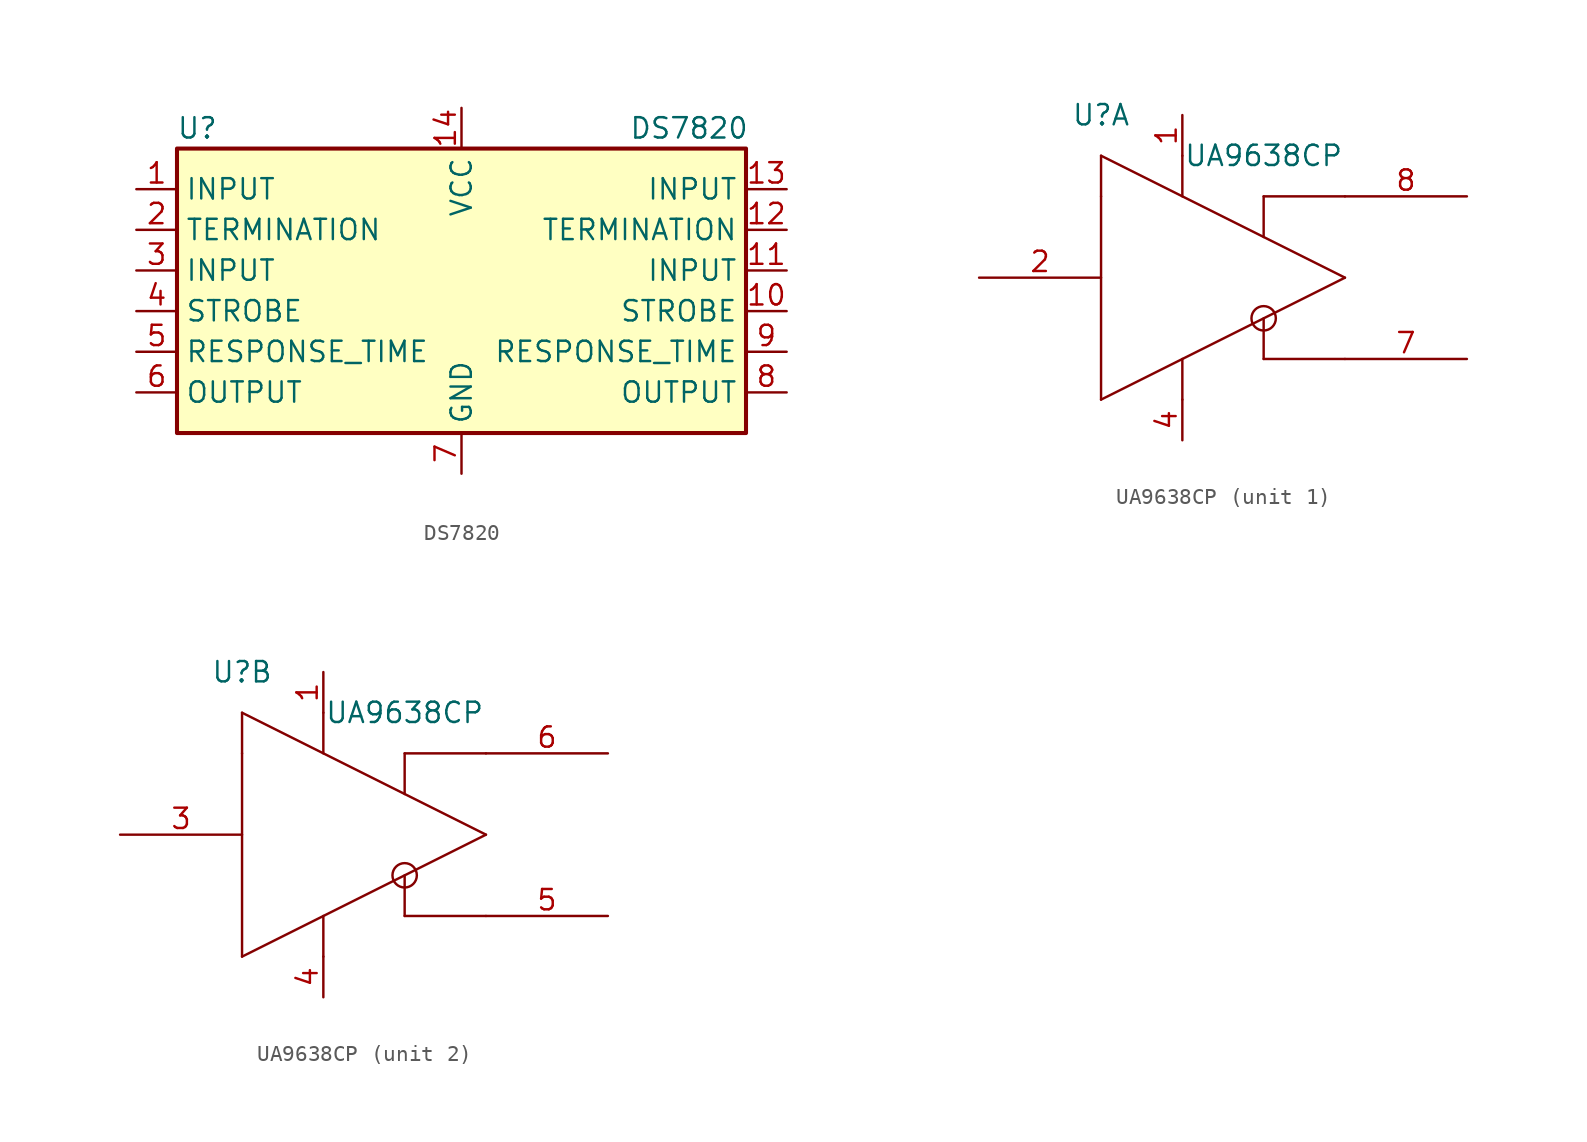
<source format=kicad_sym>
(kicad_symbol_lib
  (version 20231120)
  (generator "kicad_symbol_editor")
  (generator_version "8.0")
  (symbol "DS7820"
    (property "Reference" "U"
      (at -16.51 8.89 0)
      (effects (font (size 1.27 1.27))))
    (property "Value" "DS7820"
      (at 14.224 8.89 0)
      (effects (font (size 1.27 1.27))))
    (symbol "DS7820_0_1"
      (rectangle (start -17.78 7.62) (end 17.78 -10.16) (stroke (width 0.254) (type default)) (fill (type background))))
    (symbol "DS7820_1_1"
      (pin input line (at -20.32 5.08 0) (length 2.54) (name "INPUT" (effects (font (size 1.27 1.27)))) (number "1" (effects (font (size 1.27 1.27)))))
      (pin input line (at 20.32 -2.54 180) (length 2.54) (name "STROBE" (effects (font (size 1.27 1.27)))) (number "10" (effects (font (size 1.27 1.27)))))
      (pin input line (at 20.32 0 180) (length 2.54) (name "INPUT" (effects (font (size 1.27 1.27)))) (number "11" (effects (font (size 1.27 1.27)))))
      (pin input line (at 20.32 2.54 180) (length 2.54) (name "TERMINATION" (effects (font (size 1.27 1.27)))) (number "12" (effects (font (size 1.27 1.27)))))
      (pin input line (at 20.32 5.08 180) (length 2.54) (name "INPUT" (effects (font (size 1.27 1.27)))) (number "13" (effects (font (size 1.27 1.27)))))
      (pin power_in line (at 0 10.16 270) (length 2.54) (name "VCC" (effects (font (size 1.27 1.27)))) (number "14" (effects (font (size 1.27 1.27)))))
      (pin input line (at -20.32 2.54 0) (length 2.54) (name "TERMINATION" (effects (font (size 1.27 1.27)))) (number "2" (effects (font (size 1.27 1.27)))))
      (pin input line (at -20.32 0 0) (length 2.54) (name "INPUT" (effects (font (size 1.27 1.27)))) (number "3" (effects (font (size 1.27 1.27)))))
      (pin input line (at -20.32 -2.54 0) (length 2.54) (name "STROBE" (effects (font (size 1.27 1.27)))) (number "4" (effects (font (size 1.27 1.27)))))
      (pin input line (at -20.32 -5.08 0) (length 2.54) (name "RESPONSE_TIME" (effects (font (size 1.27 1.27)))) (number "5" (effects (font (size 1.27 1.27)))))
      (pin input line (at -20.32 -7.62 0) (length 2.54) (name "OUTPUT" (effects (font (size 1.27 1.27)))) (number "6" (effects (font (size 1.27 1.27)))))
      (pin power_in line (at 0 -12.7 90) (length 2.54) (name "GND" (effects (font (size 1.27 1.27)))) (number "7" (effects (font (size 1.27 1.27)))))
      (pin output line (at 20.32 -7.62 180) (length 2.54) (name "OUTPUT" (effects (font (size 1.27 1.27)))) (number "8" (effects (font (size 1.27 1.27)))))
      (pin input line (at 20.32 -5.08 180) (length 2.54) (name "RESPONSE_TIME" (effects (font (size 1.27 1.27)))) (number "9" (effects (font (size 1.27 1.27)))))))
  (symbol "UA9638CP"
    (pin_names
      (offset 1.016) hide)
    (property "Reference" "U"
      (at -7.62 10.16 0)
      (effects (font (size 1.27 1.27))))
    (property "Value" "UA9638CP"
      (at 2.54 7.62 0)
      (effects (font (size 1.27 1.27))))
    (symbol "UA9638CP_0_1"
      (polyline (pts (xy -7.62 5.08) (xy -7.62 -7.62)) (stroke (width 0) (type default)) (fill (type none)))
      (polyline (pts (xy -7.62 5.08) (xy -7.62 7.62)) (stroke (width 0) (type default)) (fill (type none)))
      (polyline (pts (xy -7.62 7.62) (xy 7.62 0)) (stroke (width 0) (type default)) (fill (type none)))
      (polyline (pts (xy -2.54 -5.08) (xy -2.54 -7.62)) (stroke (width 0) (type default)) (fill (type none)))
      (polyline (pts (xy -2.54 5.08) (xy -2.54 7.62)) (stroke (width 0) (type default)) (fill (type none)))
      (polyline (pts (xy 2.54 -5.08) (xy 7.62 -5.08)) (stroke (width 0) (type default)) (fill (type none)))
      (polyline (pts (xy 2.54 -2.54) (xy 2.54 -5.08)) (stroke (width 0) (type default)) (fill (type none)))
      (polyline (pts (xy 2.54 5.08) (xy 2.54 2.54)) (stroke (width 0) (type default)) (fill (type none)))
      (polyline (pts (xy 7.62 0) (xy -7.62 -7.62)) (stroke (width 0) (type default)) (fill (type none)))
      (polyline (pts (xy 7.62 5.08) (xy 2.54 5.08)) (stroke (width 0) (type default)) (fill (type none)))
      (circle (center 2.54 -2.54) (radius 0.762) (stroke (width 0) (type default)) (fill (type none))))
    (symbol "UA9638CP_1_1"
      (pin power_in line (at -2.54 10.16 270) (length 2.54) (name "VCC" (effects (font (size 1.27 1.27)))) (number "1" (effects (font (size 1.27 1.27)))))
      (pin input line (at -15.24 0 0) (length 7.62) (name "IN" (effects (font (size 1.27 1.27)))) (number "2" (effects (font (size 1.27 1.27)))))
      (pin power_in line (at -2.54 -10.16 90) (length 2.54) (name "GND" (effects (font (size 1.27 1.27)))) (number "4" (effects (font (size 1.27 1.27)))))
      (pin output line (at 15.24 -5.08 180) (length 7.62) (name "OUTA" (effects (font (size 1.27 1.27)))) (number "7" (effects (font (size 1.27 1.27)))))
      (pin output line (at 15.24 5.08 180) (length 7.62) (name "OUTB" (effects (font (size 1.27 1.27)))) (number "8" (effects (font (size 1.27 1.27))))))
    (symbol "UA9638CP_2_1"
      (pin power_in line (at -2.54 10.16 270) (length 2.54) (name "VCC" (effects (font (size 1.27 1.27)))) (number "1" (effects (font (size 1.27 1.27)))))
      (pin input line (at -15.24 0 0) (length 7.62) (name "IN" (effects (font (size 1.27 1.27)))) (number "3" (effects (font (size 1.27 1.27)))))
      (pin power_in line (at -2.54 -10.16 90) (length 2.54) (name "GND" (effects (font (size 1.27 1.27)))) (number "4" (effects (font (size 1.27 1.27)))))
      (pin output line (at 15.24 -5.08 180) (length 7.62) (name "OUTA" (effects (font (size 1.27 1.27)))) (number "5" (effects (font (size 1.27 1.27)))))
      (pin output line (at 15.24 5.08 180) (length 7.62) (name "OUTB" (effects (font (size 1.27 1.27)))) (number "6" (effects (font (size 1.27 1.27))))))))
</source>
